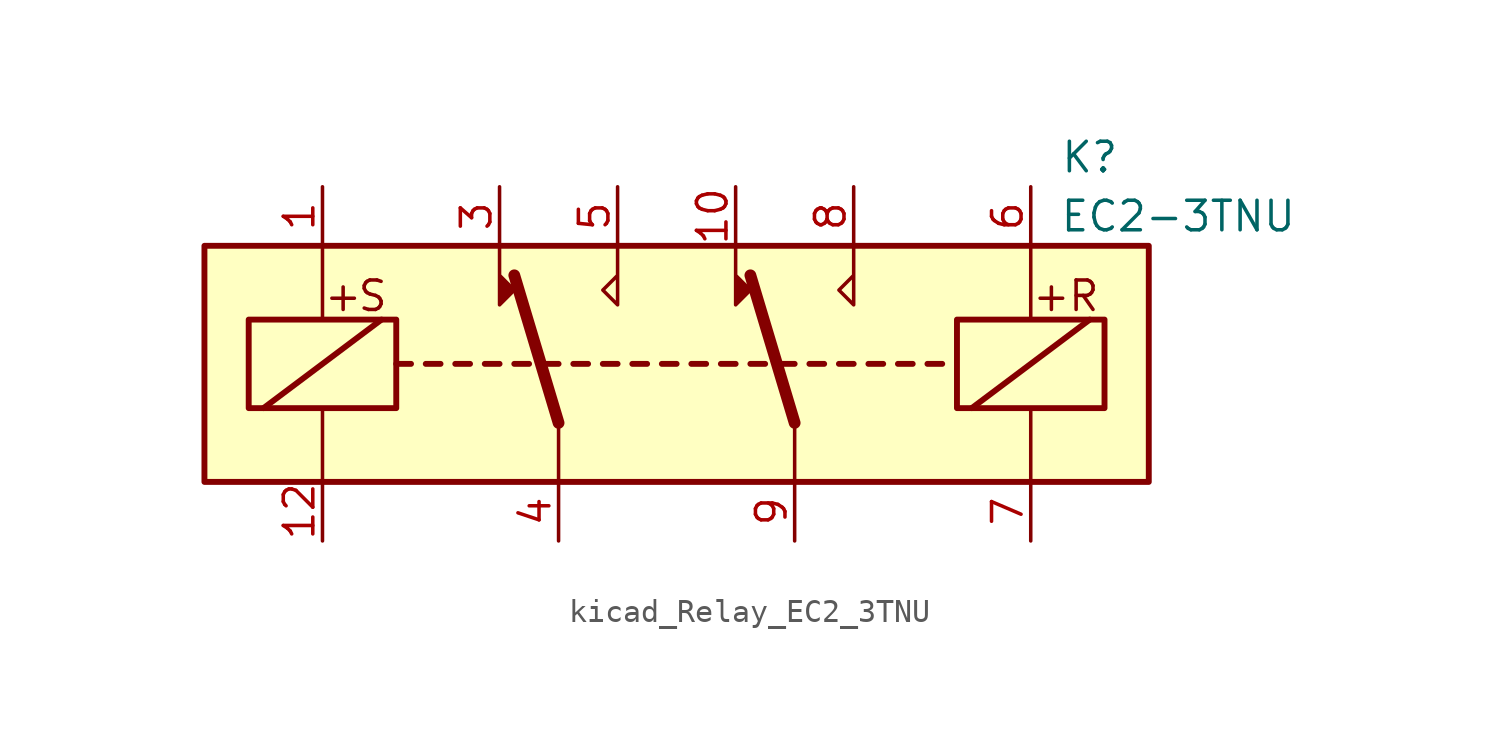
<source format=kicad_sym>
(kicad_symbol_lib
  (version 20220914)
  (generator kicad_symbol_editor)
  (symbol "kicad_Relay_EC2_3TNU"
    (property "Reference" "K"
      (at 17.78 8.89 0)
      (effects (font (size 1.27 1.27))))
    (property "Value" "EC2-3TNU"
      (at 21.59 6.35 0)
      (effects (font (size 1.27 1.27))))
    (symbol "kicad_Relay_EC2_3TNU_1_1"
      (rectangle (start -20.32 5.08) (end 20.32 -5.08) (stroke (width 0.254) (type default)) (fill (type background)))
      (rectangle (start -18.415 1.905) (end -12.065 -1.905) (stroke (width 0.254) (type default)) (fill (type none)))
      (polyline (pts (xy -17.78 -1.905) (xy -12.7 1.905)) (stroke (width 0.254) (type default)) (fill (type none)))
      (polyline (pts (xy -15.24 -5.08) (xy -15.24 -1.905)) (stroke (width 0) (type default)) (fill (type none)))
      (polyline (pts (xy -15.24 5.08) (xy -15.24 1.905)) (stroke (width 0) (type default)) (fill (type none)))
      (polyline (pts (xy -12.065 0) (xy -11.43 0)) (stroke (width 0.254) (type default)) (fill (type none)))
      (polyline (pts (xy -10.795 0) (xy -10.16 0)) (stroke (width 0.254) (type default)) (fill (type none)))
      (polyline (pts (xy -9.525 0) (xy -8.89 0)) (stroke (width 0.254) (type default)) (fill (type none)))
      (polyline (pts (xy -8.255 0) (xy -7.62 0)) (stroke (width 0.254) (type default)) (fill (type none)))
      (polyline (pts (xy -6.985 0) (xy -6.35 0)) (stroke (width 0.254) (type default)) (fill (type none)))
      (polyline (pts (xy -5.715 0) (xy -5.08 0)) (stroke (width 0.254) (type default)) (fill (type none)))
      (polyline (pts (xy -5.08 -2.54) (xy -6.985 3.81)) (stroke (width 0.508) (type default)) (fill (type none)))
      (polyline (pts (xy -5.08 -2.54) (xy -5.08 -5.08)) (stroke (width 0) (type default)) (fill (type none)))
      (polyline (pts (xy -4.445 0) (xy -3.81 0)) (stroke (width 0.254) (type default)) (fill (type none)))
      (polyline (pts (xy -3.175 0) (xy -2.54 0)) (stroke (width 0.254) (type default)) (fill (type none)))
      (polyline (pts (xy -1.905 0) (xy -1.27 0)) (stroke (width 0.254) (type default)) (fill (type none)))
      (polyline (pts (xy -0.635 0) (xy 0 0)) (stroke (width 0.254) (type default)) (fill (type none)))
      (polyline (pts (xy 0.635 0) (xy 1.27 0)) (stroke (width 0.254) (type default)) (fill (type none)))
      (polyline (pts (xy 1.905 0) (xy 2.54 0)) (stroke (width 0.254) (type default)) (fill (type none)))
      (polyline (pts (xy 3.175 0) (xy 3.81 0)) (stroke (width 0.254) (type default)) (fill (type none)))
      (polyline (pts (xy 4.445 0) (xy 5.08 0)) (stroke (width 0.254) (type default)) (fill (type none)))
      (polyline (pts (xy 5.08 -2.54) (xy 3.175 3.81)) (stroke (width 0.508) (type default)) (fill (type none)))
      (polyline (pts (xy 5.08 -2.54) (xy 5.08 -5.08)) (stroke (width 0) (type default)) (fill (type none)))
      (polyline (pts (xy 5.715 0) (xy 6.35 0)) (stroke (width 0.254) (type default)) (fill (type none)))
      (polyline (pts (xy 6.985 0) (xy 7.62 0)) (stroke (width 0.254) (type default)) (fill (type none)))
      (polyline (pts (xy 8.255 0) (xy 8.89 0)) (stroke (width 0.254) (type default)) (fill (type none)))
      (polyline (pts (xy 9.525 0) (xy 10.16 0)) (stroke (width 0.254) (type default)) (fill (type none)))
      (polyline (pts (xy 10.795 0) (xy 11.43 0)) (stroke (width 0.254) (type default)) (fill (type none)))
      (polyline (pts (xy 12.7 -1.905) (xy 17.78 1.905)) (stroke (width 0.254) (type default)) (fill (type none)))
      (polyline (pts (xy 15.24 -5.08) (xy 15.24 -1.905)) (stroke (width 0) (type default)) (fill (type none)))
      (polyline (pts (xy 15.24 5.08) (xy 15.24 1.905)) (stroke (width 0) (type default)) (fill (type none)))
      (polyline (pts (xy -7.62 5.08) (xy -7.62 2.54) (xy -6.985 3.175) (xy -7.62 3.81)) (stroke (width 0) (type default)) (fill (type outline)))
      (polyline (pts (xy -2.54 5.08) (xy -2.54 2.54) (xy -3.175 3.175) (xy -2.54 3.81)) (stroke (width 0) (type default)) (fill (type none)))
      (polyline (pts (xy 2.54 5.08) (xy 2.54 2.54) (xy 3.175 3.175) (xy 2.54 3.81)) (stroke (width 0) (type default)) (fill (type outline)))
      (polyline (pts (xy 7.62 5.08) (xy 7.62 2.54) (xy 6.985 3.175) (xy 7.62 3.81)) (stroke (width 0) (type default)) (fill (type none)))
      (rectangle (start 12.065 1.905) (end 18.415 -1.905) (stroke (width 0.254) (type default)) (fill (type none)))
      (text "+" (at -14.351 2.921 0) (effects (font (size 1.27 1.27))))
      (text "+" (at 16.129 2.921 0) (effects (font (size 1.27 1.27))))
      (text "R" (at 17.526 2.921 0) (effects (font (size 1.27 1.27))))
      (text "S" (at -13.081 2.921 0) (effects (font (size 1.27 1.27))))
      (pin passive line (at -15.24 7.62 270) (length 2.54) (name "~" (effects (font (size 1.27 1.27)))) (number "1" (effects (font (size 1.27 1.27)))))
      (pin passive line (at 2.54 7.62 270) (length 2.54) (name "~" (effects (font (size 1.27 1.27)))) (number "10" (effects (font (size 1.27 1.27)))))
      (pin passive line (at -15.24 -7.62 90) (length 2.54) (name "~" (effects (font (size 1.27 1.27)))) (number "12" (effects (font (size 1.27 1.27)))))
      (pin passive line (at -7.62 7.62 270) (length 2.54) (name "~" (effects (font (size 1.27 1.27)))) (number "3" (effects (font (size 1.27 1.27)))))
      (pin passive line (at -5.08 -7.62 90) (length 2.54) (name "~" (effects (font (size 1.27 1.27)))) (number "4" (effects (font (size 1.27 1.27)))))
      (pin passive line (at -2.54 7.62 270) (length 2.54) (name "~" (effects (font (size 1.27 1.27)))) (number "5" (effects (font (size 1.27 1.27)))))
      (pin passive line (at 15.24 7.62 270) (length 2.54) (name "~" (effects (font (size 1.27 1.27)))) (number "6" (effects (font (size 1.27 1.27)))))
      (pin passive line (at 15.24 -7.62 90) (length 2.54) (name "~" (effects (font (size 1.27 1.27)))) (number "7" (effects (font (size 1.27 1.27)))))
      (pin passive line (at 7.62 7.62 270) (length 2.54) (name "~" (effects (font (size 1.27 1.27)))) (number "8" (effects (font (size 1.27 1.27)))))
      (pin passive line (at 5.08 -7.62 90) (length 2.54) (name "~" (effects (font (size 1.27 1.27)))) (number "9" (effects (font (size 1.27 1.27))))))))
</source>
